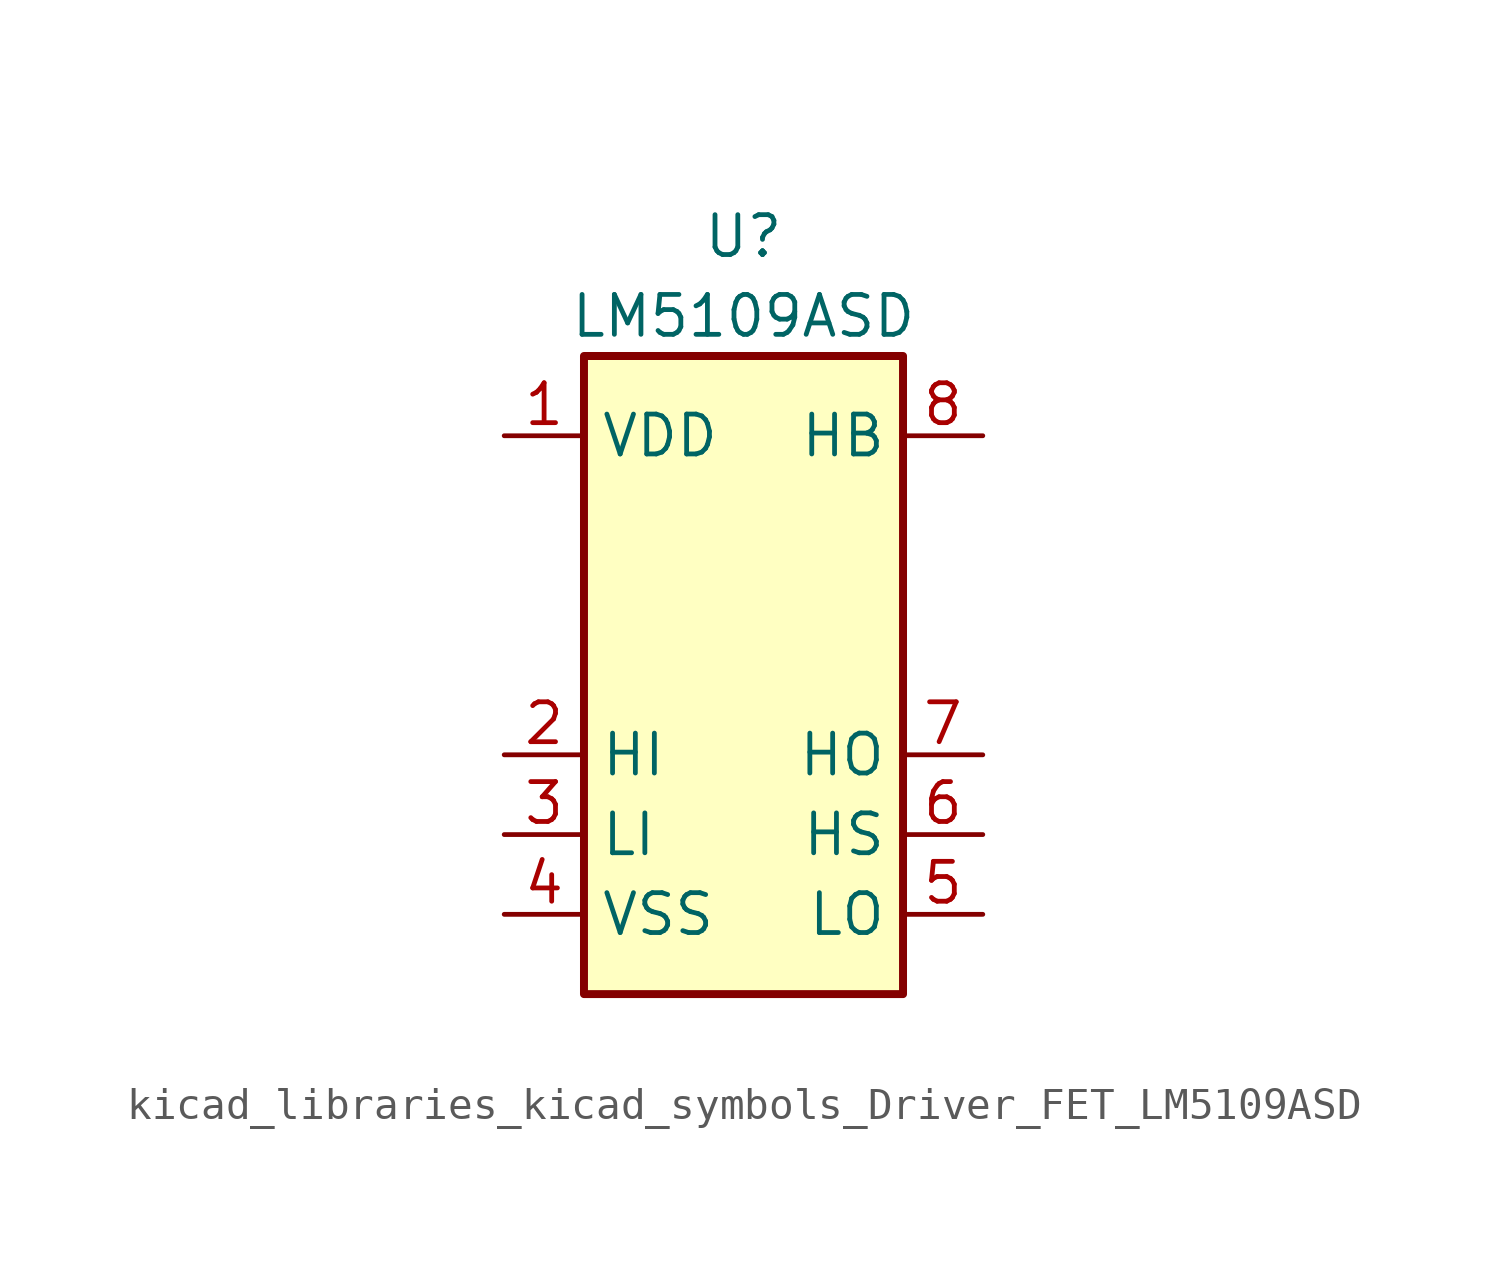
<source format=kicad_sym>
(kicad_symbol_lib
  (version 20220914)
  (generator kicad_symbol_editor)
  (symbol "kicad_libraries_kicad_symbols_Driver_FET_LM5109ASD"
    (property "Reference" "U"
      (at 0 13.97 0)
      (effects (font (size 1.27 1.27))))
    (property "Value" "LM5109ASD"
      (at 0 11.43 0)
      (effects (font (size 1.27 1.27))))
    (symbol "kicad_libraries_kicad_symbols_Driver_FET_LM5109ASD_0_1"
      (rectangle (start -5.08 -10.16) (end 5.08 10.16) (stroke (width 0.254) (type default)) (fill (type background))))
    (symbol "kicad_libraries_kicad_symbols_Driver_FET_LM5109ASD_1_1"
      (pin power_in line (at -7.62 7.62 0) (length 2.54) (name "VDD" (effects (font (size 1.27 1.27)))) (number "1" (effects (font (size 1.27 1.27)))))
      (pin input line (at -7.62 -2.54 0) (length 2.54) (name "HI" (effects (font (size 1.27 1.27)))) (number "2" (effects (font (size 1.27 1.27)))))
      (pin input line (at -7.62 -5.08 0) (length 2.54) (name "LI" (effects (font (size 1.27 1.27)))) (number "3" (effects (font (size 1.27 1.27)))))
      (pin power_in line (at -7.62 -7.62 0) (length 2.54) (name "VSS" (effects (font (size 1.27 1.27)))) (number "4" (effects (font (size 1.27 1.27)))))
      (pin output line (at 7.62 -7.62 180) (length 2.54) (name "LO" (effects (font (size 1.27 1.27)))) (number "5" (effects (font (size 1.27 1.27)))))
      (pin passive line (at 7.62 -5.08 180) (length 2.54) (name "HS" (effects (font (size 1.27 1.27)))) (number "6" (effects (font (size 1.27 1.27)))))
      (pin output line (at 7.62 -2.54 180) (length 2.54) (name "HO" (effects (font (size 1.27 1.27)))) (number "7" (effects (font (size 1.27 1.27)))))
      (pin passive line (at 7.62 7.62 180) (length 2.54) (name "HB" (effects (font (size 1.27 1.27)))) (number "8" (effects (font (size 1.27 1.27)))))
      (pin passive line (at -7.62 -7.62 0) (length 2.54) hide (name "VSS" (effects (font (size 1.27 1.27)))) (number "9" (effects (font (size 1.27 1.27))))))))
</source>
